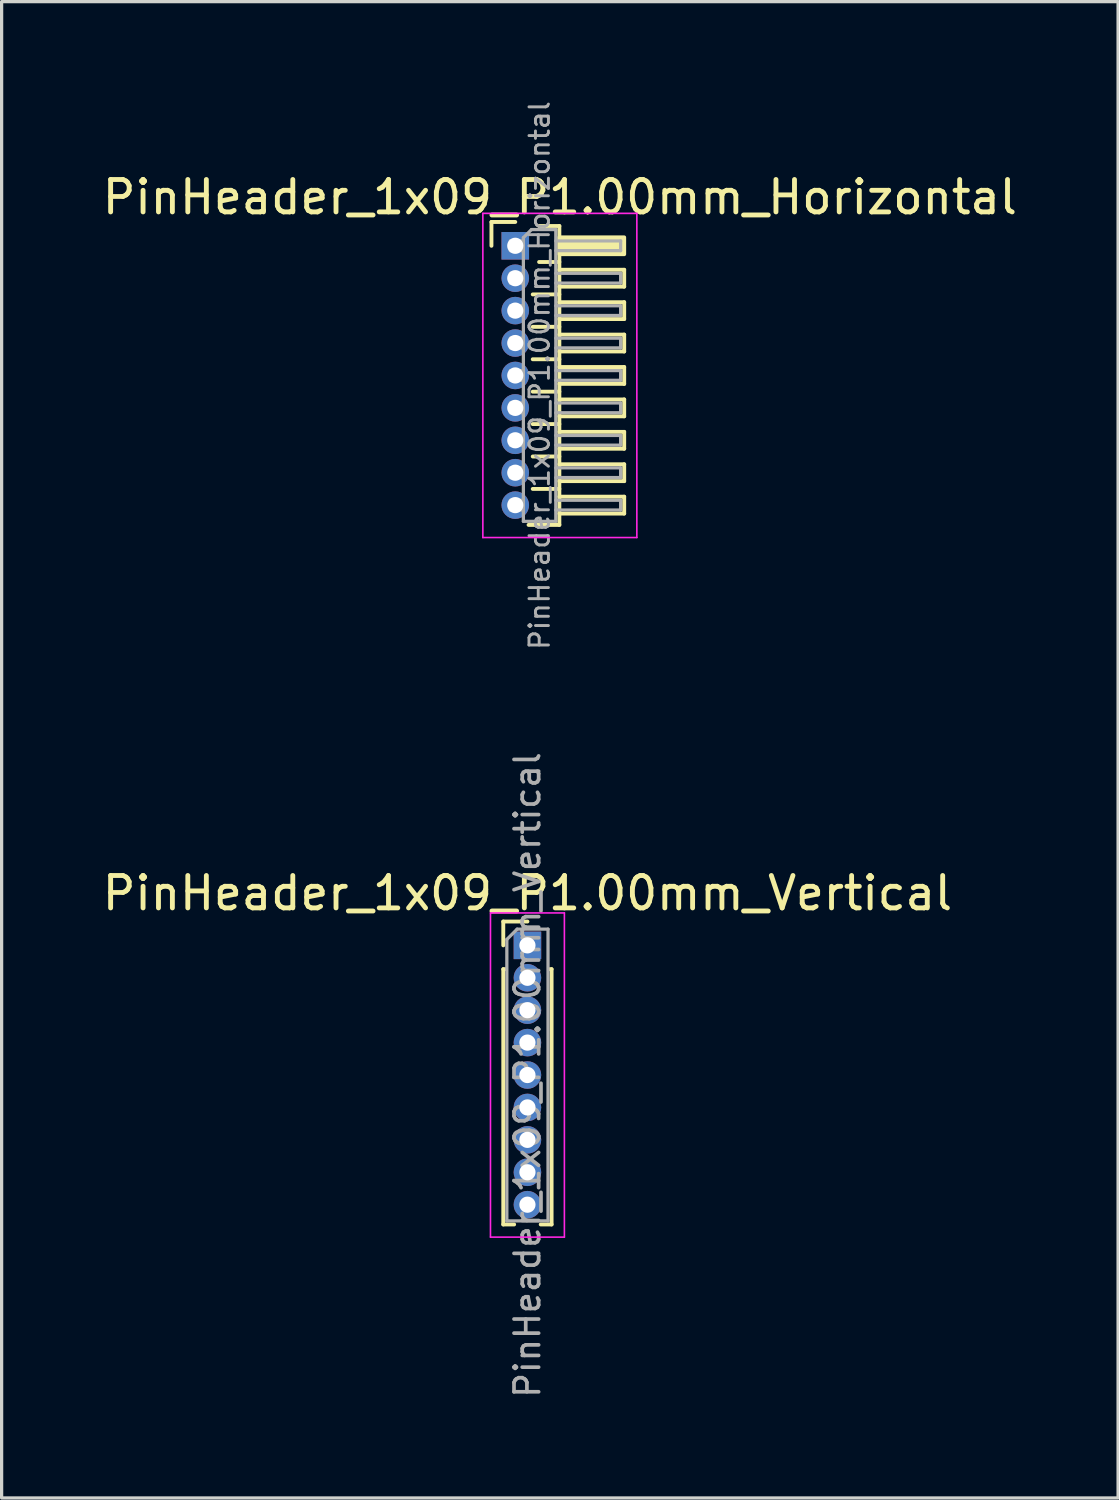
<source format=kicad_pcb>
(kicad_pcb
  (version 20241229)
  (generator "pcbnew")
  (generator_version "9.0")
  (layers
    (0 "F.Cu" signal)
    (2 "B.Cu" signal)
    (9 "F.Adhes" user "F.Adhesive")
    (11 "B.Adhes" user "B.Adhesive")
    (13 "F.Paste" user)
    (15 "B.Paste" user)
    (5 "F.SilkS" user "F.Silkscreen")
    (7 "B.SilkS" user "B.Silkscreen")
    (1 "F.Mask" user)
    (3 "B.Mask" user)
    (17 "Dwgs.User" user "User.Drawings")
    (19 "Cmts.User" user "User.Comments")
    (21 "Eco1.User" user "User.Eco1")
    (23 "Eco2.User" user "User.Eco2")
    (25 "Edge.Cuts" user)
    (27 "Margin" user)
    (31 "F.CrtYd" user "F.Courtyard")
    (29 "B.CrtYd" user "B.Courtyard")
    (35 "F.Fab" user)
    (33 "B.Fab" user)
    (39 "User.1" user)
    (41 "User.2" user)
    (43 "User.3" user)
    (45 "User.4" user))
  (footprint "PinHeader_1x09_P1.00mm_Vertical"
    (layer "F.Cu")
    (at 13.22 26.112)
    (property "Reference" "PinHeader_1x09_P1.00mm_Vertical" (at 0 -1.61 0) (layer "F.SilkS") (effects (font (size 1 1) (thickness 0.15))))
    (attr through_hole)
    (fp_line (start -0.745 -0.735) (end 0 -0.735) (stroke (width 0.12) (type solid)) (layer "F.SilkS"))
    (fp_line (start -0.745 0) (end -0.745 -0.735) (stroke (width 0.12) (type solid)) (layer "F.SilkS"))
    (fp_line (start -0.745 0.735) (end -0.745 8.61) (stroke (width 0.12) (type solid)) (layer "F.SilkS"))
    (fp_line (start -0.745 0.735) (end -0.686 0.735) (stroke (width 0.12) (type solid)) (layer "F.SilkS"))
    (fp_line (start -0.745 8.61) (end -0.41 8.61) (stroke (width 0.12) (type solid)) (layer "F.SilkS"))
    (fp_line (start 0.41 8.61) (end 0.745 8.61) (stroke (width 0.12) (type solid)) (layer "F.SilkS"))
    (fp_line (start 0.686 0.735) (end 0.745 0.735) (stroke (width 0.12) (type solid)) (layer "F.SilkS"))
    (fp_line (start 0.745 0.735) (end 0.745 8.61) (stroke (width 0.12) (type solid)) (layer "F.SilkS"))
    (fp_line (start -1.14 -1) (end -1.14 9) (stroke (width 0.05) (type solid)) (layer "F.CrtYd"))
    (fp_line (start -1.14 9) (end 1.14 9) (stroke (width 0.05) (type solid)) (layer "F.CrtYd"))
    (fp_line (start 1.14 -1) (end -1.14 -1) (stroke (width 0.05) (type solid)) (layer "F.CrtYd"))
    (fp_line (start 1.14 9) (end 1.14 -1) (stroke (width 0.05) (type solid)) (layer "F.CrtYd"))
    (fp_line (start -0.635 -0.182) (end -0.318 -0.5) (stroke (width 0.1) (type solid)) (layer "F.Fab"))
    (fp_line (start -0.635 8.5) (end -0.635 -0.182) (stroke (width 0.1) (type solid)) (layer "F.Fab"))
    (fp_line (start -0.318 -0.5) (end 0.635 -0.5) (stroke (width 0.1) (type solid)) (layer "F.Fab"))
    (fp_line (start 0.635 -0.5) (end 0.635 8.5) (stroke (width 0.1) (type solid)) (layer "F.Fab"))
    (fp_line (start 0.635 8.5) (end -0.635 8.5) (stroke (width 0.1) (type solid)) (layer "F.Fab"))
    (fp_text user "${REFERENCE}" (at 0 4 90) (layer "F.Fab") (effects (font (size 0.76 0.76) (thickness 0.114))))
    (pad "1" thru_hole rect (at 0 0) (size 0.85 0.85) (drill 0.5) (layers "*.Cu" "*.Mask"))
    (pad "2" thru_hole circle (at 0 1) (size 0.85 0.85) (drill 0.5) (layers "*.Cu" "*.Mask"))
    (pad "3" thru_hole circle (at 0 2) (size 0.85 0.85) (drill 0.5) (layers "*.Cu" "*.Mask"))
    (pad "4" thru_hole circle (at 0 3) (size 0.85 0.85) (drill 0.5) (layers "*.Cu" "*.Mask"))
    (pad "5" thru_hole circle (at 0 4) (size 0.85 0.85) (drill 0.5) (layers "*.Cu" "*.Mask"))
    (pad "6" thru_hole circle (at 0 5) (size 0.85 0.85) (drill 0.5) (layers "*.Cu" "*.Mask"))
    (pad "7" thru_hole circle (at 0 6) (size 0.85 0.85) (drill 0.5) (layers "*.Cu" "*.Mask"))
    (pad "8" thru_hole circle (at 0 7) (size 0.85 0.85) (drill 0.5) (layers "*.Cu" "*.Mask"))
    (pad "9" thru_hole circle (at 0 8) (size 0.85 0.85) (drill 0.5) (layers "*.Cu" "*.Mask")))
  (footprint "PinHeader_1x09_P1.00mm_Horizontal"
    (layer "F.Cu")
    (at 12.845 4.532)
    (property "Reference" "PinHeader_1x09_P1.00mm_Horizontal" (at 1.375 -1.5 0) (layer "F.SilkS") (effects (font (size 1 1) (thickness 0.15))))
    (attr through_hole)
    (fp_line (start -0.735 -0.735) (end 0 -0.735) (stroke (width 0.12) (type solid)) (layer "F.SilkS"))
    (fp_line (start -0.735 0) (end -0.735 -0.735) (stroke (width 0.12) (type solid)) (layer "F.SilkS"))
    (fp_line (start 0.539 1.5) (end 1.36 1.5) (stroke (width 0.12) (type solid)) (layer "F.SilkS"))
    (fp_line (start 0.539 2.5) (end 1.36 2.5) (stroke (width 0.12) (type solid)) (layer "F.SilkS"))
    (fp_line (start 0.539 3.5) (end 1.36 3.5) (stroke (width 0.12) (type solid)) (layer "F.SilkS"))
    (fp_line (start 0.539 4.5) (end 1.36 4.5) (stroke (width 0.12) (type solid)) (layer "F.SilkS"))
    (fp_line (start 0.539 5.5) (end 1.36 5.5) (stroke (width 0.12) (type solid)) (layer "F.SilkS"))
    (fp_line (start 0.539 6.5) (end 1.36 6.5) (stroke (width 0.12) (type solid)) (layer "F.SilkS"))
    (fp_line (start 0.539 7.5) (end 1.36 7.5) (stroke (width 0.12) (type solid)) (layer "F.SilkS"))
    (fp_line (start 0.735 -0.61) (end 1.36 -0.61) (stroke (width 0.12) (type solid)) (layer "F.SilkS"))
    (fp_line (start 0.735 0.5) (end 1.36 0.5) (stroke (width 0.12) (type solid)) (layer "F.SilkS"))
    (fp_line (start 1.36 -0.61) (end 1.36 8.61) (stroke (width 0.12) (type solid)) (layer "F.SilkS"))
    (fp_line (start 1.36 0.74) (end 3.36 0.74) (stroke (width 0.12) (type solid)) (layer "F.SilkS"))
    (fp_line (start 1.36 1.74) (end 3.36 1.74) (stroke (width 0.12) (type solid)) (layer "F.SilkS"))
    (fp_line (start 1.36 2.74) (end 3.36 2.74) (stroke (width 0.12) (type solid)) (layer "F.SilkS"))
    (fp_line (start 1.36 3.74) (end 3.36 3.74) (stroke (width 0.12) (type solid)) (layer "F.SilkS"))
    (fp_line (start 1.36 4.74) (end 3.36 4.74) (stroke (width 0.12) (type solid)) (layer "F.SilkS"))
    (fp_line (start 1.36 5.74) (end 3.36 5.74) (stroke (width 0.12) (type solid)) (layer "F.SilkS"))
    (fp_line (start 1.36 6.74) (end 3.36 6.74) (stroke (width 0.12) (type solid)) (layer "F.SilkS"))
    (fp_line (start 1.36 7.74) (end 3.36 7.74) (stroke (width 0.12) (type solid)) (layer "F.SilkS"))
    (fp_line (start 1.36 8.61) (end 0.41 8.61) (stroke (width 0.12) (type solid)) (layer "F.SilkS"))
    (fp_line (start 3.36 0.74) (end 3.36 1.26) (stroke (width 0.12) (type solid)) (layer "F.SilkS"))
    (fp_line (start 3.36 1.26) (end 1.36 1.26) (stroke (width 0.12) (type solid)) (layer "F.SilkS"))
    (fp_line (start 3.36 1.74) (end 3.36 2.26) (stroke (width 0.12) (type solid)) (layer "F.SilkS"))
    (fp_line (start 3.36 2.26) (end 1.36 2.26) (stroke (width 0.12) (type solid)) (layer "F.SilkS"))
    (fp_line (start 3.36 2.74) (end 3.36 3.26) (stroke (width 0.12) (type solid)) (layer "F.SilkS"))
    (fp_line (start 3.36 3.26) (end 1.36 3.26) (stroke (width 0.12) (type solid)) (layer "F.SilkS"))
    (fp_line (start 3.36 3.74) (end 3.36 4.26) (stroke (width 0.12) (type solid)) (layer "F.SilkS"))
    (fp_line (start 3.36 4.26) (end 1.36 4.26) (stroke (width 0.12) (type solid)) (layer "F.SilkS"))
    (fp_line (start 3.36 4.74) (end 3.36 5.26) (stroke (width 0.12) (type solid)) (layer "F.SilkS"))
    (fp_line (start 3.36 5.26) (end 1.36 5.26) (stroke (width 0.12) (type solid)) (layer "F.SilkS"))
    (fp_line (start 3.36 5.74) (end 3.36 6.26) (stroke (width 0.12) (type solid)) (layer "F.SilkS"))
    (fp_line (start 3.36 6.26) (end 1.36 6.26) (stroke (width 0.12) (type solid)) (layer "F.SilkS"))
    (fp_line (start 3.36 6.74) (end 3.36 7.26) (stroke (width 0.12) (type solid)) (layer "F.SilkS"))
    (fp_line (start 3.36 7.26) (end 1.36 7.26) (stroke (width 0.12) (type solid)) (layer "F.SilkS"))
    (fp_line (start 3.36 7.74) (end 3.36 8.26) (stroke (width 0.12) (type solid)) (layer "F.SilkS"))
    (fp_line (start 3.36 8.26) (end 1.36 8.26) (stroke (width 0.12) (type solid)) (layer "F.SilkS"))
    (fp_rect (start 1.36 -0.26) (end 3.36 0.26) (stroke (width 0.12) (type solid)) (fill yes) (layer "F.SilkS"))
    (fp_line (start -1 -1) (end -1 9) (stroke (width 0.05) (type solid)) (layer "F.CrtYd"))
    (fp_line (start -1 9) (end 3.75 9) (stroke (width 0.05) (type solid)) (layer "F.CrtYd"))
    (fp_line (start 3.75 -1) (end -1 -1) (stroke (width 0.05) (type solid)) (layer "F.CrtYd"))
    (fp_line (start 3.75 9) (end 3.75 -1) (stroke (width 0.05) (type solid)) (layer "F.CrtYd"))
    (fp_line (start -0.15 -0.15) (end -0.15 0.15) (stroke (width 0.1) (type solid)) (layer "F.Fab"))
    (fp_line (start -0.15 -0.15) (end 0.25 -0.15) (stroke (width 0.1) (type solid)) (layer "F.Fab"))
    (fp_line (start -0.15 0.15) (end 0.25 0.15) (stroke (width 0.1) (type solid)) (layer "F.Fab"))
    (fp_line (start -0.15 0.85) (end -0.15 1.15) (stroke (width 0.1) (type solid)) (layer "F.Fab"))
    (fp_line (start -0.15 0.85) (end 0.25 0.85) (stroke (width 0.1) (type solid)) (layer "F.Fab"))
    (fp_line (start -0.15 1.15) (end 0.25 1.15) (stroke (width 0.1) (type solid)) (layer "F.Fab"))
    (fp_line (start -0.15 1.85) (end -0.15 2.15) (stroke (width 0.1) (type solid)) (layer "F.Fab"))
    (fp_line (start -0.15 1.85) (end 0.25 1.85) (stroke (width 0.1) (type solid)) (layer "F.Fab"))
    (fp_line (start -0.15 2.15) (end 0.25 2.15) (stroke (width 0.1) (type solid)) (layer "F.Fab"))
    (fp_line (start -0.15 2.85) (end -0.15 3.15) (stroke (width 0.1) (type solid)) (layer "F.Fab"))
    (fp_line (start -0.15 2.85) (end 0.25 2.85) (stroke (width 0.1) (type solid)) (layer "F.Fab"))
    (fp_line (start -0.15 3.15) (end 0.25 3.15) (stroke (width 0.1) (type solid)) (layer "F.Fab"))
    (fp_line (start -0.15 3.85) (end -0.15 4.15) (stroke (width 0.1) (type solid)) (layer "F.Fab"))
    (fp_line (start -0.15 3.85) (end 0.25 3.85) (stroke (width 0.1) (type solid)) (layer "F.Fab"))
    (fp_line (start -0.15 4.15) (end 0.25 4.15) (stroke (width 0.1) (type solid)) (layer "F.Fab"))
    (fp_line (start -0.15 4.85) (end -0.15 5.15) (stroke (width 0.1) (type solid)) (layer "F.Fab"))
    (fp_line (start -0.15 4.85) (end 0.25 4.85) (stroke (width 0.1) (type solid)) (layer "F.Fab"))
    (fp_line (start -0.15 5.15) (end 0.25 5.15) (stroke (width 0.1) (type solid)) (layer "F.Fab"))
    (fp_line (start -0.15 5.85) (end -0.15 6.15) (stroke (width 0.1) (type solid)) (layer "F.Fab"))
    (fp_line (start -0.15 5.85) (end 0.25 5.85) (stroke (width 0.1) (type solid)) (layer "F.Fab"))
    (fp_line (start -0.15 6.15) (end 0.25 6.15) (stroke (width 0.1) (type solid)) (layer "F.Fab"))
    (fp_line (start -0.15 6.85) (end -0.15 7.15) (stroke (width 0.1) (type solid)) (layer "F.Fab"))
    (fp_line (start -0.15 6.85) (end 0.25 6.85) (stroke (width 0.1) (type solid)) (layer "F.Fab"))
    (fp_line (start -0.15 7.15) (end 0.25 7.15) (stroke (width 0.1) (type solid)) (layer "F.Fab"))
    (fp_line (start -0.15 7.85) (end -0.15 8.15) (stroke (width 0.1) (type solid)) (layer "F.Fab"))
    (fp_line (start -0.15 7.85) (end 0.25 7.85) (stroke (width 0.1) (type solid)) (layer "F.Fab"))
    (fp_line (start -0.15 8.15) (end 0.25 8.15) (stroke (width 0.1) (type solid)) (layer "F.Fab"))
    (fp_line (start 0.25 -0.25) (end 0.5 -0.5) (stroke (width 0.1) (type solid)) (layer "F.Fab"))
    (fp_line (start 0.25 8.5) (end 0.25 -0.25) (stroke (width 0.1) (type solid)) (layer "F.Fab"))
    (fp_line (start 0.5 -0.5) (end 1.25 -0.5) (stroke (width 0.1) (type solid)) (layer "F.Fab"))
    (fp_line (start 1.25 -0.5) (end 1.25 8.5) (stroke (width 0.1) (type solid)) (layer "F.Fab"))
    (fp_line (start 1.25 -0.15) (end 3.25 -0.15) (stroke (width 0.1) (type solid)) (layer "F.Fab"))
    (fp_line (start 1.25 0.15) (end 3.25 0.15) (stroke (width 0.1) (type solid)) (layer "F.Fab"))
    (fp_line (start 1.25 0.85) (end 3.25 0.85) (stroke (width 0.1) (type solid)) (layer "F.Fab"))
    (fp_line (start 1.25 1.15) (end 3.25 1.15) (stroke (width 0.1) (type solid)) (layer "F.Fab"))
    (fp_line (start 1.25 1.85) (end 3.25 1.85) (stroke (width 0.1) (type solid)) (layer "F.Fab"))
    (fp_line (start 1.25 2.15) (end 3.25 2.15) (stroke (width 0.1) (type solid)) (layer "F.Fab"))
    (fp_line (start 1.25 2.85) (end 3.25 2.85) (stroke (width 0.1) (type solid)) (layer "F.Fab"))
    (fp_line (start 1.25 3.15) (end 3.25 3.15) (stroke (width 0.1) (type solid)) (layer "F.Fab"))
    (fp_line (start 1.25 3.85) (end 3.25 3.85) (stroke (width 0.1) (type solid)) (layer "F.Fab"))
    (fp_line (start 1.25 4.15) (end 3.25 4.15) (stroke (width 0.1) (type solid)) (layer "F.Fab"))
    (fp_line (start 1.25 4.85) (end 3.25 4.85) (stroke (width 0.1) (type solid)) (layer "F.Fab"))
    (fp_line (start 1.25 5.15) (end 3.25 5.15) (stroke (width 0.1) (type solid)) (layer "F.Fab"))
    (fp_line (start 1.25 5.85) (end 3.25 5.85) (stroke (width 0.1) (type solid)) (layer "F.Fab"))
    (fp_line (start 1.25 6.15) (end 3.25 6.15) (stroke (width 0.1) (type solid)) (layer "F.Fab"))
    (fp_line (start 1.25 6.85) (end 3.25 6.85) (stroke (width 0.1) (type solid)) (layer "F.Fab"))
    (fp_line (start 1.25 7.15) (end 3.25 7.15) (stroke (width 0.1) (type solid)) (layer "F.Fab"))
    (fp_line (start 1.25 7.85) (end 3.25 7.85) (stroke (width 0.1) (type solid)) (layer "F.Fab"))
    (fp_line (start 1.25 8.15) (end 3.25 8.15) (stroke (width 0.1) (type solid)) (layer "F.Fab"))
    (fp_line (start 1.25 8.5) (end 0.25 8.5) (stroke (width 0.1) (type solid)) (layer "F.Fab"))
    (fp_line (start 3.25 -0.15) (end 3.25 0.15) (stroke (width 0.1) (type solid)) (layer "F.Fab"))
    (fp_line (start 3.25 0.85) (end 3.25 1.15) (stroke (width 0.1) (type solid)) (layer "F.Fab"))
    (fp_line (start 3.25 1.85) (end 3.25 2.15) (stroke (width 0.1) (type solid)) (layer "F.Fab"))
    (fp_line (start 3.25 2.85) (end 3.25 3.15) (stroke (width 0.1) (type solid)) (layer "F.Fab"))
    (fp_line (start 3.25 3.85) (end 3.25 4.15) (stroke (width 0.1) (type solid)) (layer "F.Fab"))
    (fp_line (start 3.25 4.85) (end 3.25 5.15) (stroke (width 0.1) (type solid)) (layer "F.Fab"))
    (fp_line (start 3.25 5.85) (end 3.25 6.15) (stroke (width 0.1) (type solid)) (layer "F.Fab"))
    (fp_line (start 3.25 6.85) (end 3.25 7.15) (stroke (width 0.1) (type solid)) (layer "F.Fab"))
    (fp_line (start 3.25 7.85) (end 3.25 8.15) (stroke (width 0.1) (type solid)) (layer "F.Fab"))
    (fp_text user "${REFERENCE}" (at 0.75 4 90) (layer "F.Fab") (effects (font (size 0.6 0.6) (thickness 0.09))))
    (pad "1" thru_hole rect (at 0 0) (size 0.85 0.85) (drill 0.5) (layers "*.Cu" "*.Mask"))
    (pad "2" thru_hole circle (at 0 1) (size 0.85 0.85) (drill 0.5) (layers "*.Cu" "*.Mask"))
    (pad "3" thru_hole circle (at 0 2) (size 0.85 0.85) (drill 0.5) (layers "*.Cu" "*.Mask"))
    (pad "4" thru_hole circle (at 0 3) (size 0.85 0.85) (drill 0.5) (layers "*.Cu" "*.Mask"))
    (pad "5" thru_hole circle (at 0 4) (size 0.85 0.85) (drill 0.5) (layers "*.Cu" "*.Mask"))
    (pad "6" thru_hole circle (at 0 5) (size 0.85 0.85) (drill 0.5) (layers "*.Cu" "*.Mask"))
    (pad "7" thru_hole circle (at 0 6) (size 0.85 0.85) (drill 0.5) (layers "*.Cu" "*.Mask"))
    (pad "8" thru_hole circle (at 0 7) (size 0.85 0.85) (drill 0.5) (layers "*.Cu" "*.Mask"))
    (pad "9" thru_hole circle (at 0 8) (size 0.85 0.85) (drill 0.5) (layers "*.Cu" "*.Mask")))
  (gr_rect
    (start -3 -3)
    (end 31.44 43.159)
    (stroke (width 0.1) (type default))
    (fill no)
    (layer "Edge.Cuts")))
</source>
